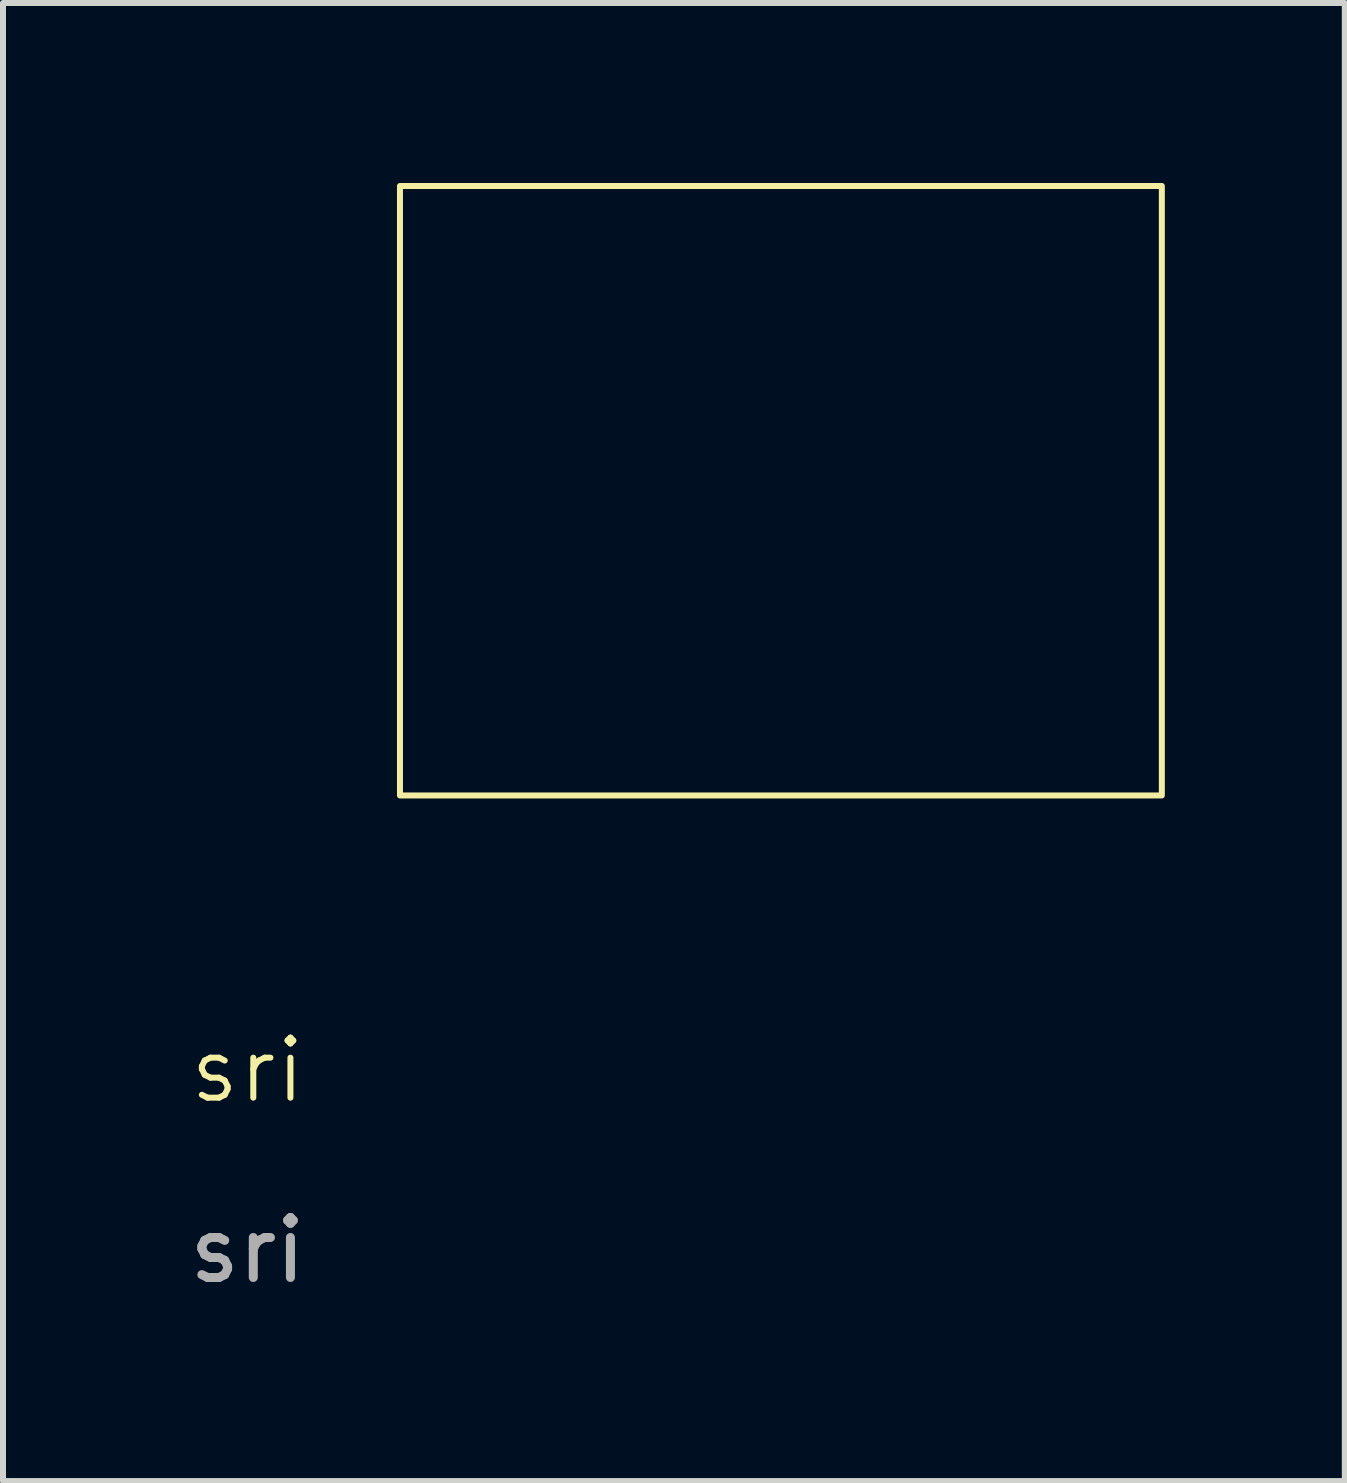
<source format=kicad_pcb>
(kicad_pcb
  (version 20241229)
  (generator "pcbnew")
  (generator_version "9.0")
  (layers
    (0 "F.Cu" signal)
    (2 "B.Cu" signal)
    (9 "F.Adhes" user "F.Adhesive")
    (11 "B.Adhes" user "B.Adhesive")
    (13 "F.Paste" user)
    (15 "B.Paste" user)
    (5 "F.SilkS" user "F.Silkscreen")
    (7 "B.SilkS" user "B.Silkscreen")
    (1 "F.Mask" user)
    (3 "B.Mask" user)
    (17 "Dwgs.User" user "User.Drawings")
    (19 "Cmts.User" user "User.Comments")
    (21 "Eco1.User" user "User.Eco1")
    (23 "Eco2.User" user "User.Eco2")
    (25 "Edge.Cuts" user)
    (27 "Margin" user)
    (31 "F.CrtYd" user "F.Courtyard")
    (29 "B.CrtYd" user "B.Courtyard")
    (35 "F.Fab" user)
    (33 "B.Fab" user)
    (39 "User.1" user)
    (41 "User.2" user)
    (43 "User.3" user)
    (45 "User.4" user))
  (footprint "sri"
    (layer "F.Cu")
    (at 1.077 15.29)
    (property "Reference" "sri" (at 0 -0.5 0) (unlocked yes) (layer "F.SilkS") (effects (font (size 1 1) (thickness 0.1))))
    (attr smd)
    (fp_rect (start 15.24 -5.08) (end 2.54 -15.24) (stroke (width 0.1) (type default)) (fill no) (layer "F.SilkS"))
    (fp_text user "${REFERENCE}" (at 0 2.5 0) (unlocked yes) (layer "F.Fab") (effects (font (size 1 1) (thickness 0.15)))))
  (gr_rect
    (start -3 -3)
    (end 19.367 21.638)
    (stroke (width 0.1) (type default))
    (fill no)
    (layer "Edge.Cuts")))
</source>
